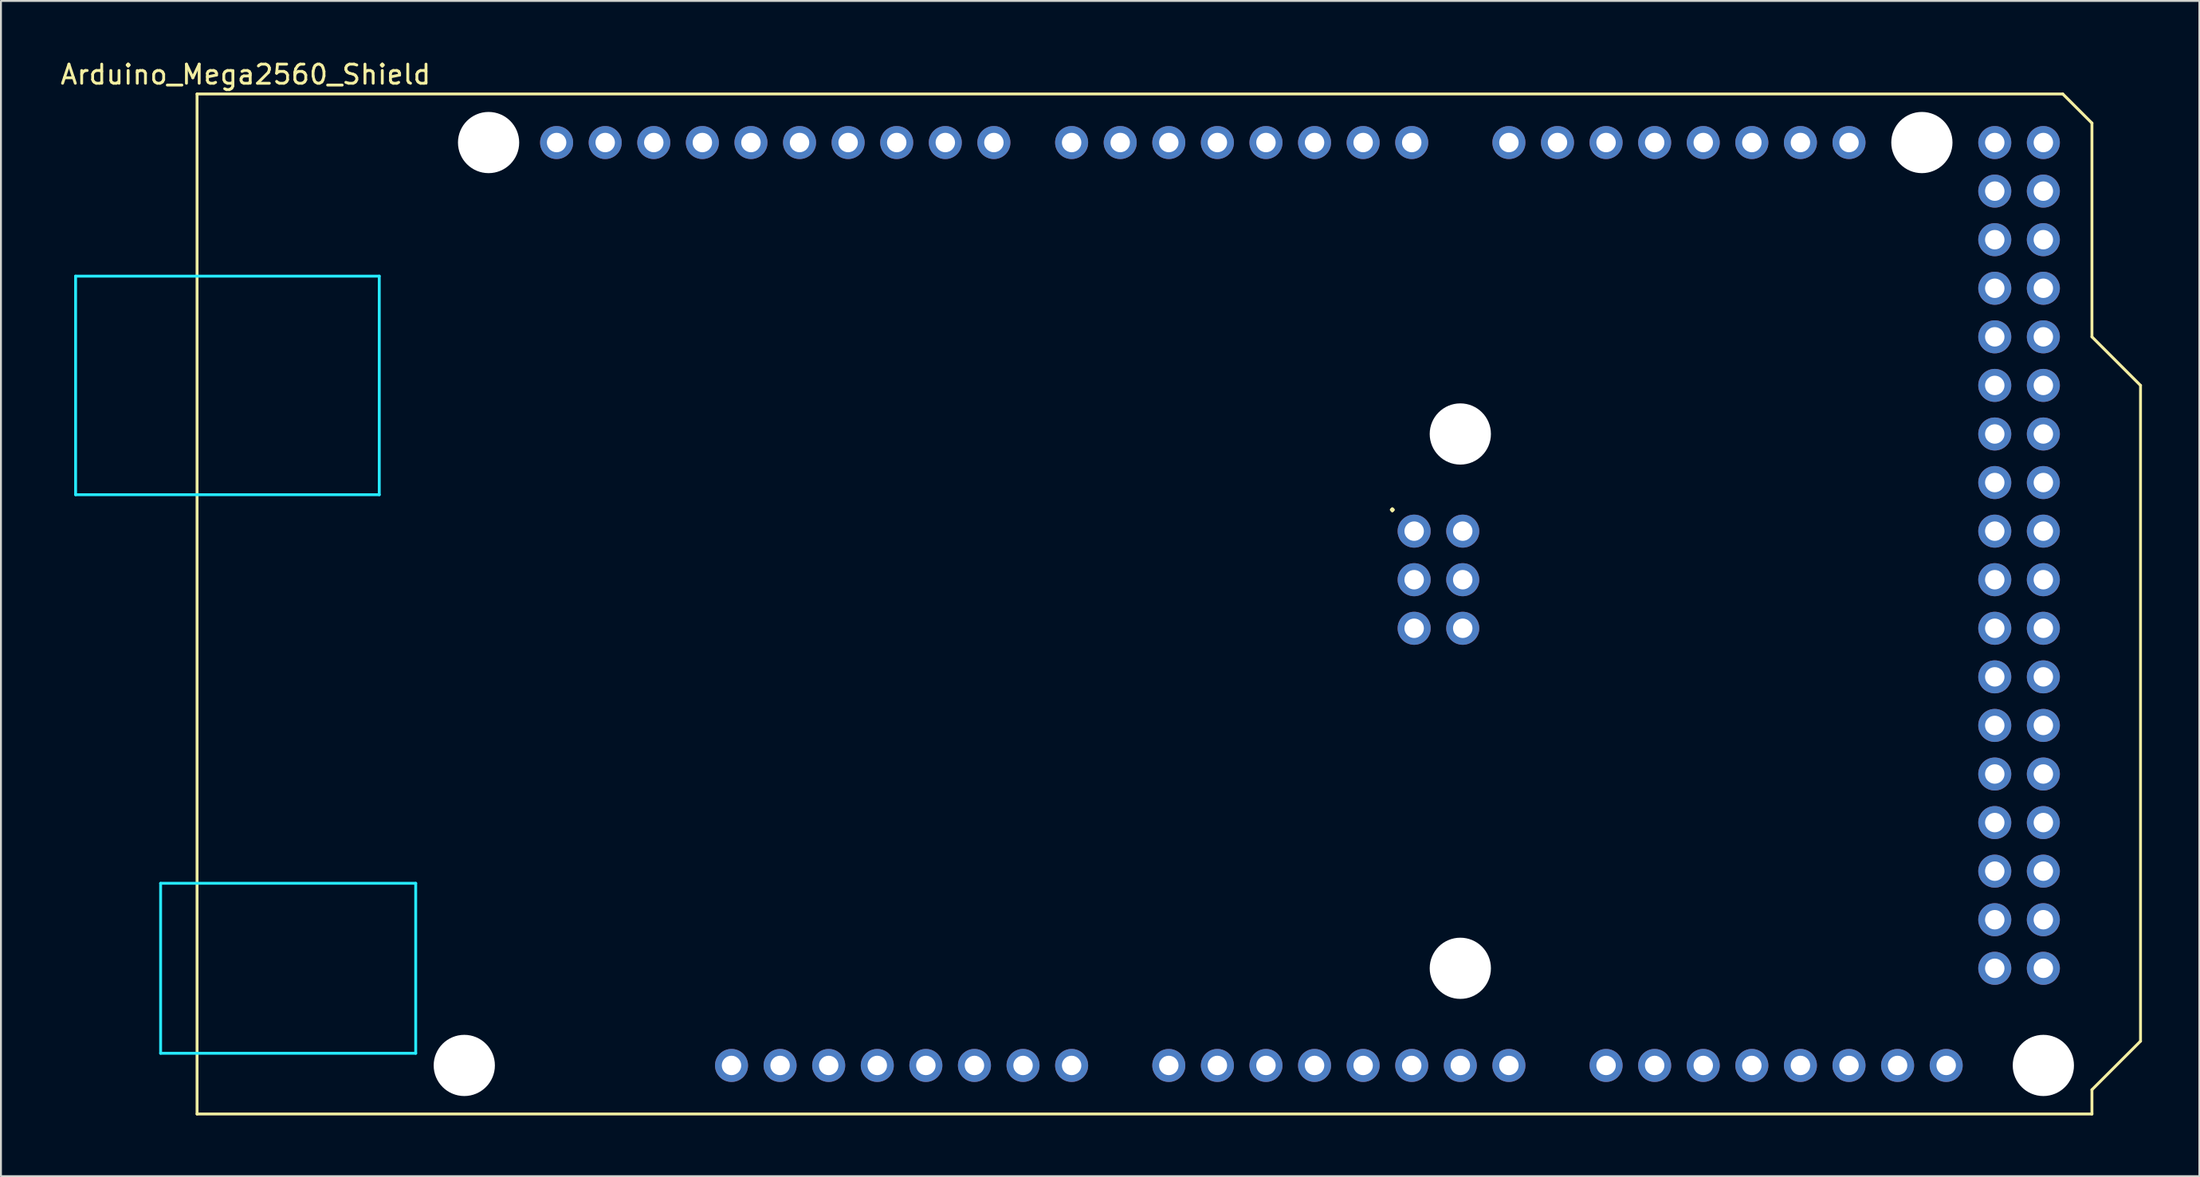
<source format=kicad_pcb>
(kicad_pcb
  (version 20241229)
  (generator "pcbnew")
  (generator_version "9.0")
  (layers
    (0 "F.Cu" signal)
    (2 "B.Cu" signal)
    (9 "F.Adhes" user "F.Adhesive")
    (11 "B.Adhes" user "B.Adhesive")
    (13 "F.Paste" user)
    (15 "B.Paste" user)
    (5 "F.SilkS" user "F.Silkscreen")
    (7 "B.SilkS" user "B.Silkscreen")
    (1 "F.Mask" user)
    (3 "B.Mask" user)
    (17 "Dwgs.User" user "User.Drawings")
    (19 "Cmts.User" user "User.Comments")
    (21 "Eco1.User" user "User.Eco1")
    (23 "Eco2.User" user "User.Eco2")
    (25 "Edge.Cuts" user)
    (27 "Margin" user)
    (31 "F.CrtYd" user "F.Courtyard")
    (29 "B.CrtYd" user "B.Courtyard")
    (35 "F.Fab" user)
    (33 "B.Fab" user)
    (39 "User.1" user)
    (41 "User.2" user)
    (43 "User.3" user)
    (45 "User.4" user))
  (footprint "Arduino_Mega2560_Shield"
    (layer "F.Cu")
    (at 7.252 55.204)
    (property "Reference" "Arduino_Mega2560_Shield" (at 2.54 -54.356 0) (layer "F.SilkS") (effects (font (size 1 1) (thickness 0.15))))
    (attr through_hole)
    (fp_line (start 0 -53.34) (end 0 0) (stroke (width 0.15) (type solid)) (layer "F.SilkS"))
    (fp_line (start 0 -53.34) (end 97.536 -53.34) (stroke (width 0.15) (type solid)) (layer "F.SilkS"))
    (fp_line (start 0 0) (end 99.06 0) (stroke (width 0.15) (type solid)) (layer "F.SilkS"))
    (fp_line (start 97.536 -53.34) (end 99.06 -51.816) (stroke (width 0.15) (type solid)) (layer "F.SilkS"))
    (fp_line (start 99.06 -40.64) (end 99.06 -51.816) (stroke (width 0.15) (type solid)) (layer "F.SilkS"))
    (fp_line (start 99.06 -1.27) (end 101.6 -3.81) (stroke (width 0.15) (type solid)) (layer "F.SilkS"))
    (fp_line (start 99.06 0) (end 99.06 -1.27) (stroke (width 0.15) (type solid)) (layer "F.SilkS"))
    (fp_line (start 101.6 -38.1) (end 99.06 -40.64) (stroke (width 0.15) (type solid)) (layer "F.SilkS"))
    (fp_line (start 101.6 -3.81) (end 101.6 -38.1) (stroke (width 0.15) (type solid)) (layer "F.SilkS"))
    (fp_line (start -6.35 -43.815) (end -6.35 -32.385) (stroke (width 0.15) (type solid)) (layer "B.CrtYd"))
    (fp_line (start -1.905 -12.065) (end -1.905 -3.175) (stroke (width 0.15) (type solid)) (layer "B.CrtYd"))
    (fp_line (start -1.905 -12.065) (end 11.43 -12.065) (stroke (width 0.15) (type solid)) (layer "B.CrtYd"))
    (fp_line (start -1.905 -3.175) (end 11.43 -3.175) (stroke (width 0.15) (type solid)) (layer "B.CrtYd"))
    (fp_line (start 9.525 -43.815) (end -6.35 -43.815) (stroke (width 0.15) (type solid)) (layer "B.CrtYd"))
    (fp_line (start 9.525 -43.815) (end 9.525 -32.385) (stroke (width 0.15) (type solid)) (layer "B.CrtYd"))
    (fp_line (start 9.525 -32.385) (end -6.35 -32.385) (stroke (width 0.15) (type solid)) (layer "B.CrtYd"))
    (fp_line (start 11.43 -12.065) (end 11.43 -3.175) (stroke (width 0.15) (type solid)) (layer "B.CrtYd"))
    (fp_text user "." (at 62.484 -32.004 0) (layer "F.SilkS") (effects (font (size 1 1) (thickness 0.15))))
    (pad "" np_thru_hole circle (at 13.97 -2.54) (size 3.2 3.2) (drill 3.2) (layers "*.Cu" "*.Mask"))
    (pad "" np_thru_hole circle (at 15.24 -50.8) (size 3.2 3.2) (drill 3.2) (layers "*.Cu" "*.Mask"))
    (pad "" thru_hole oval (at 27.94 -2.54) (size 1.727 1.727) (drill 1.016) (layers "*.Cu" "*.Mask"))
    (pad "" np_thru_hole circle (at 66.04 -35.56) (size 3.2 3.2) (drill 3.2) (layers "*.Cu" "*.Mask"))
    (pad "" np_thru_hole circle (at 66.04 -7.62) (size 3.2 3.2) (drill 3.2) (layers "*.Cu" "*.Mask"))
    (pad "" np_thru_hole circle (at 90.17 -50.8) (size 3.2 3.2) (drill 3.2) (layers "*.Cu" "*.Mask"))
    (pad "" np_thru_hole circle (at 96.52 -2.54) (size 3.2 3.2) (drill 3.2) (layers "*.Cu" "*.Mask"))
    (pad "3.3V" thru_hole oval (at 35.56 -2.54) (size 1.727 1.727) (drill 1.016) (layers "*.Cu" "*.Mask"))
    (pad "5V1" thru_hole oval (at 38.1 -2.54) (size 1.727 1.727) (drill 1.016) (layers "*.Cu" "*.Mask"))
    (pad "5V2" thru_hole oval (at 66.167 -30.48) (size 1.727 1.727) (drill 1.016) (layers "*.Cu" "*.Mask"))
    (pad "5V3" thru_hole oval (at 93.98 -50.8) (size 1.727 1.727) (drill 1.016) (layers "*.Cu" "*.Mask"))
    (pad "5V4" thru_hole oval (at 96.52 -50.8) (size 1.727 1.727) (drill 1.016) (layers "*.Cu" "*.Mask"))
    (pad "A0" thru_hole oval (at 50.8 -2.54) (size 1.727 1.727) (drill 1.016) (layers "*.Cu" "*.Mask"))
    (pad "A1" thru_hole oval (at 53.34 -2.54) (size 1.727 1.727) (drill 1.016) (layers "*.Cu" "*.Mask"))
    (pad "A2" thru_hole oval (at 55.88 -2.54) (size 1.727 1.727) (drill 1.016) (layers "*.Cu" "*.Mask"))
    (pad "A3" thru_hole oval (at 58.42 -2.54) (size 1.727 1.727) (drill 1.016) (layers "*.Cu" "*.Mask"))
    (pad "A4" thru_hole oval (at 60.96 -2.54) (size 1.727 1.727) (drill 1.016) (layers "*.Cu" "*.Mask"))
    (pad "A5" thru_hole oval (at 63.5 -2.54) (size 1.727 1.727) (drill 1.016) (layers "*.Cu" "*.Mask"))
    (pad "A6" thru_hole oval (at 66.04 -2.54) (size 1.727 1.727) (drill 1.016) (layers "*.Cu" "*.Mask"))
    (pad "A7" thru_hole oval (at 68.58 -2.54) (size 1.727 1.727) (drill 1.016) (layers "*.Cu" "*.Mask"))
    (pad "A8" thru_hole oval (at 73.66 -2.54) (size 1.727 1.727) (drill 1.016) (layers "*.Cu" "*.Mask"))
    (pad "A9" thru_hole oval (at 76.2 -2.54) (size 1.727 1.727) (drill 1.016) (layers "*.Cu" "*.Mask"))
    (pad "A10" thru_hole oval (at 78.74 -2.54) (size 1.727 1.727) (drill 1.016) (layers "*.Cu" "*.Mask"))
    (pad "A11" thru_hole oval (at 81.28 -2.54) (size 1.727 1.727) (drill 1.016) (layers "*.Cu" "*.Mask"))
    (pad "A12" thru_hole oval (at 83.82 -2.54) (size 1.727 1.727) (drill 1.016) (layers "*.Cu" "*.Mask"))
    (pad "A13" thru_hole oval (at 86.36 -2.54) (size 1.727 1.727) (drill 1.016) (layers "*.Cu" "*.Mask"))
    (pad "A14" thru_hole oval (at 88.9 -2.54) (size 1.727 1.727) (drill 1.016) (layers "*.Cu" "*.Mask"))
    (pad "A15" thru_hole oval (at 91.44 -2.54) (size 1.727 1.727) (drill 1.016) (layers "*.Cu" "*.Mask"))
    (pad "AREF" thru_hole oval (at 23.876 -50.8) (size 1.727 1.727) (drill 1.016) (layers "*.Cu" "*.Mask"))
    (pad "D0" thru_hole oval (at 63.5 -50.8) (size 1.727 1.727) (drill 1.016) (layers "*.Cu" "*.Mask"))
    (pad "D1" thru_hole oval (at 60.96 -50.8) (size 1.727 1.727) (drill 1.016) (layers "*.Cu" "*.Mask"))
    (pad "D2" thru_hole oval (at 58.42 -50.8) (size 1.727 1.727) (drill 1.016) (layers "*.Cu" "*.Mask"))
    (pad "D3" thru_hole oval (at 55.88 -50.8) (size 1.727 1.727) (drill 1.016) (layers "*.Cu" "*.Mask"))
    (pad "D4" thru_hole oval (at 53.34 -50.8) (size 1.727 1.727) (drill 1.016) (layers "*.Cu" "*.Mask"))
    (pad "D5" thru_hole oval (at 50.8 -50.8) (size 1.727 1.727) (drill 1.016) (layers "*.Cu" "*.Mask"))
    (pad "D6" thru_hole oval (at 48.26 -50.8) (size 1.727 1.727) (drill 1.016) (layers "*.Cu" "*.Mask"))
    (pad "D7" thru_hole oval (at 45.72 -50.8) (size 1.727 1.727) (drill 1.016) (layers "*.Cu" "*.Mask"))
    (pad "D8" thru_hole oval (at 41.656 -50.8) (size 1.727 1.727) (drill 1.016) (layers "*.Cu" "*.Mask"))
    (pad "D9" thru_hole oval (at 39.116 -50.8) (size 1.727 1.727) (drill 1.016) (layers "*.Cu" "*.Mask"))
    (pad "D10" thru_hole oval (at 36.576 -50.8) (size 1.727 1.727) (drill 1.016) (layers "*.Cu" "*.Mask"))
    (pad "D11" thru_hole oval (at 34.036 -50.8) (size 1.727 1.727) (drill 1.016) (layers "*.Cu" "*.Mask"))
    (pad "D12" thru_hole oval (at 31.496 -50.8) (size 1.727 1.727) (drill 1.016) (layers "*.Cu" "*.Mask"))
    (pad "D13" thru_hole oval (at 28.956 -50.8) (size 1.727 1.727) (drill 1.016) (layers "*.Cu" "*.Mask"))
    (pad "D14" thru_hole oval (at 68.58 -50.8) (size 1.727 1.727) (drill 1.016) (layers "*.Cu" "*.Mask"))
    (pad "D15" thru_hole oval (at 71.12 -50.8) (size 1.727 1.727) (drill 1.016) (layers "*.Cu" "*.Mask"))
    (pad "D16" thru_hole oval (at 73.66 -50.8) (size 1.727 1.727) (drill 1.016) (layers "*.Cu" "*.Mask"))
    (pad "D17" thru_hole oval (at 76.2 -50.8) (size 1.727 1.727) (drill 1.016) (layers "*.Cu" "*.Mask"))
    (pad "D18" thru_hole oval (at 78.74 -50.8) (size 1.727 1.727) (drill 1.016) (layers "*.Cu" "*.Mask"))
    (pad "D19" thru_hole oval (at 81.28 -50.8) (size 1.727 1.727) (drill 1.016) (layers "*.Cu" "*.Mask"))
    (pad "D20" thru_hole oval (at 83.82 -50.8) (size 1.727 1.727) (drill 1.016) (layers "*.Cu" "*.Mask"))
    (pad "D21" thru_hole oval (at 86.36 -50.8) (size 1.727 1.727) (drill 1.016) (layers "*.Cu" "*.Mask"))
    (pad "D22" thru_hole oval (at 93.98 -48.26) (size 1.727 1.727) (drill 1.016) (layers "*.Cu" "*.Mask"))
    (pad "D23" thru_hole oval (at 96.52 -48.26) (size 1.727 1.727) (drill 1.016) (layers "*.Cu" "*.Mask"))
    (pad "D24" thru_hole oval (at 93.98 -45.72) (size 1.727 1.727) (drill 1.016) (layers "*.Cu" "*.Mask"))
    (pad "D25" thru_hole oval (at 96.52 -45.72) (size 1.727 1.727) (drill 1.016) (layers "*.Cu" "*.Mask"))
    (pad "D26" thru_hole oval (at 93.98 -43.18) (size 1.727 1.727) (drill 1.016) (layers "*.Cu" "*.Mask"))
    (pad "D27" thru_hole oval (at 96.52 -43.18) (size 1.727 1.727) (drill 1.016) (layers "*.Cu" "*.Mask"))
    (pad "D28" thru_hole oval (at 93.98 -40.64) (size 1.727 1.727) (drill 1.016) (layers "*.Cu" "*.Mask"))
    (pad "D29" thru_hole oval (at 96.52 -40.64) (size 1.727 1.727) (drill 1.016) (layers "*.Cu" "*.Mask"))
    (pad "D30" thru_hole oval (at 93.98 -38.1) (size 1.727 1.727) (drill 1.016) (layers "*.Cu" "*.Mask"))
    (pad "D31" thru_hole oval (at 96.52 -38.1) (size 1.727 1.727) (drill 1.016) (layers "*.Cu" "*.Mask"))
    (pad "D32" thru_hole oval (at 93.98 -35.56) (size 1.727 1.727) (drill 1.016) (layers "*.Cu" "*.Mask"))
    (pad "D33" thru_hole oval (at 96.52 -35.56) (size 1.727 1.727) (drill 1.016) (layers "*.Cu" "*.Mask"))
    (pad "D34" thru_hole oval (at 93.98 -33.02) (size 1.727 1.727) (drill 1.016) (layers "*.Cu" "*.Mask"))
    (pad "D35" thru_hole oval (at 96.52 -33.02) (size 1.727 1.727) (drill 1.016) (layers "*.Cu" "*.Mask"))
    (pad "D36" thru_hole oval (at 93.98 -30.48) (size 1.727 1.727) (drill 1.016) (layers "*.Cu" "*.Mask"))
    (pad "D37" thru_hole oval (at 96.52 -30.48) (size 1.727 1.727) (drill 1.016) (layers "*.Cu" "*.Mask"))
    (pad "D38" thru_hole oval (at 93.98 -27.94) (size 1.727 1.727) (drill 1.016) (layers "*.Cu" "*.Mask"))
    (pad "D39" thru_hole oval (at 96.52 -27.94) (size 1.727 1.727) (drill 1.016) (layers "*.Cu" "*.Mask"))
    (pad "D40" thru_hole oval (at 93.98 -25.4) (size 1.727 1.727) (drill 1.016) (layers "*.Cu" "*.Mask"))
    (pad "D41" thru_hole oval (at 96.52 -25.4) (size 1.727 1.727) (drill 1.016) (layers "*.Cu" "*.Mask"))
    (pad "D42" thru_hole oval (at 93.98 -22.86) (size 1.727 1.727) (drill 1.016) (layers "*.Cu" "*.Mask"))
    (pad "D43" thru_hole oval (at 96.52 -22.86) (size 1.727 1.727) (drill 1.016) (layers "*.Cu" "*.Mask"))
    (pad "D44" thru_hole oval (at 93.98 -20.32) (size 1.727 1.727) (drill 1.016) (layers "*.Cu" "*.Mask"))
    (pad "D45" thru_hole oval (at 96.52 -20.32) (size 1.727 1.727) (drill 1.016) (layers "*.Cu" "*.Mask"))
    (pad "D46" thru_hole oval (at 93.98 -17.78) (size 1.727 1.727) (drill 1.016) (layers "*.Cu" "*.Mask"))
    (pad "D47" thru_hole oval (at 96.52 -17.78) (size 1.727 1.727) (drill 1.016) (layers "*.Cu" "*.Mask"))
    (pad "D48" thru_hole oval (at 93.98 -15.24) (size 1.727 1.727) (drill 1.016) (layers "*.Cu" "*.Mask"))
    (pad "D49" thru_hole oval (at 96.52 -15.24) (size 1.727 1.727) (drill 1.016) (layers "*.Cu" "*.Mask"))
    (pad "D50" thru_hole oval (at 93.98 -12.7) (size 1.727 1.727) (drill 1.016) (layers "*.Cu" "*.Mask"))
    (pad "D51" thru_hole oval (at 96.52 -12.7) (size 1.727 1.727) (drill 1.016) (layers "*.Cu" "*.Mask"))
    (pad "D52" thru_hole oval (at 93.98 -10.16) (size 1.727 1.727) (drill 1.016) (layers "*.Cu" "*.Mask"))
    (pad "D53" thru_hole oval (at 96.52 -10.16) (size 1.727 1.727) (drill 1.016) (layers "*.Cu" "*.Mask"))
    (pad "GND1" thru_hole oval (at 26.416 -50.8) (size 1.727 1.727) (drill 1.016) (layers "*.Cu" "*.Mask"))
    (pad "GND2" thru_hole oval (at 40.64 -2.54) (size 1.727 1.727) (drill 1.016) (layers "*.Cu" "*.Mask"))
    (pad "GND3" thru_hole oval (at 43.18 -2.54) (size 1.727 1.727) (drill 1.016) (layers "*.Cu" "*.Mask"))
    (pad "GND4" thru_hole oval (at 66.167 -25.4) (size 1.727 1.727) (drill 1.016) (layers "*.Cu" "*.Mask"))
    (pad "GND5" thru_hole oval (at 93.98 -7.62) (size 1.727 1.727) (drill 1.016) (layers "*.Cu" "*.Mask"))
    (pad "GND6" thru_hole oval (at 96.52 -7.62) (size 1.727 1.727) (drill 1.016) (layers "*.Cu" "*.Mask"))
    (pad "IORF" thru_hole oval (at 30.48 -2.54) (size 1.727 1.727) (drill 1.016) (layers "*.Cu" "*.Mask"))
    (pad "MISO" thru_hole oval (at 63.627 -30.48) (size 1.727 1.727) (drill 1.016) (layers "*.Cu" "*.Mask"))
    (pad "MOSI" thru_hole oval (at 66.167 -27.94) (size 1.727 1.727) (drill 1.016) (layers "*.Cu" "*.Mask"))
    (pad "RST1" thru_hole oval (at 33.02 -2.54) (size 1.727 1.727) (drill 1.016) (layers "*.Cu" "*.Mask"))
    (pad "RST2" thru_hole oval (at 63.627 -25.4) (size 1.727 1.727) (drill 1.016) (layers "*.Cu" "*.Mask"))
    (pad "SCK" thru_hole oval (at 63.627 -27.94) (size 1.727 1.727) (drill 1.016) (layers "*.Cu" "*.Mask"))
    (pad "SCL" thru_hole oval (at 18.796 -50.8) (size 1.727 1.727) (drill 1.016) (layers "*.Cu" "*.Mask"))
    (pad "SDA" thru_hole oval (at 21.336 -50.8) (size 1.727 1.727) (drill 1.016) (layers "*.Cu" "*.Mask"))
    (pad "VIN" thru_hole oval (at 45.72 -2.54) (size 1.727 1.727) (drill 1.016) (layers "*.Cu" "*.Mask")))
  (gr_rect
    (start -3 -3)
    (end 111.927 58.454)
    (stroke (width 0.1) (type default))
    (fill no)
    (layer "Edge.Cuts")))
</source>
